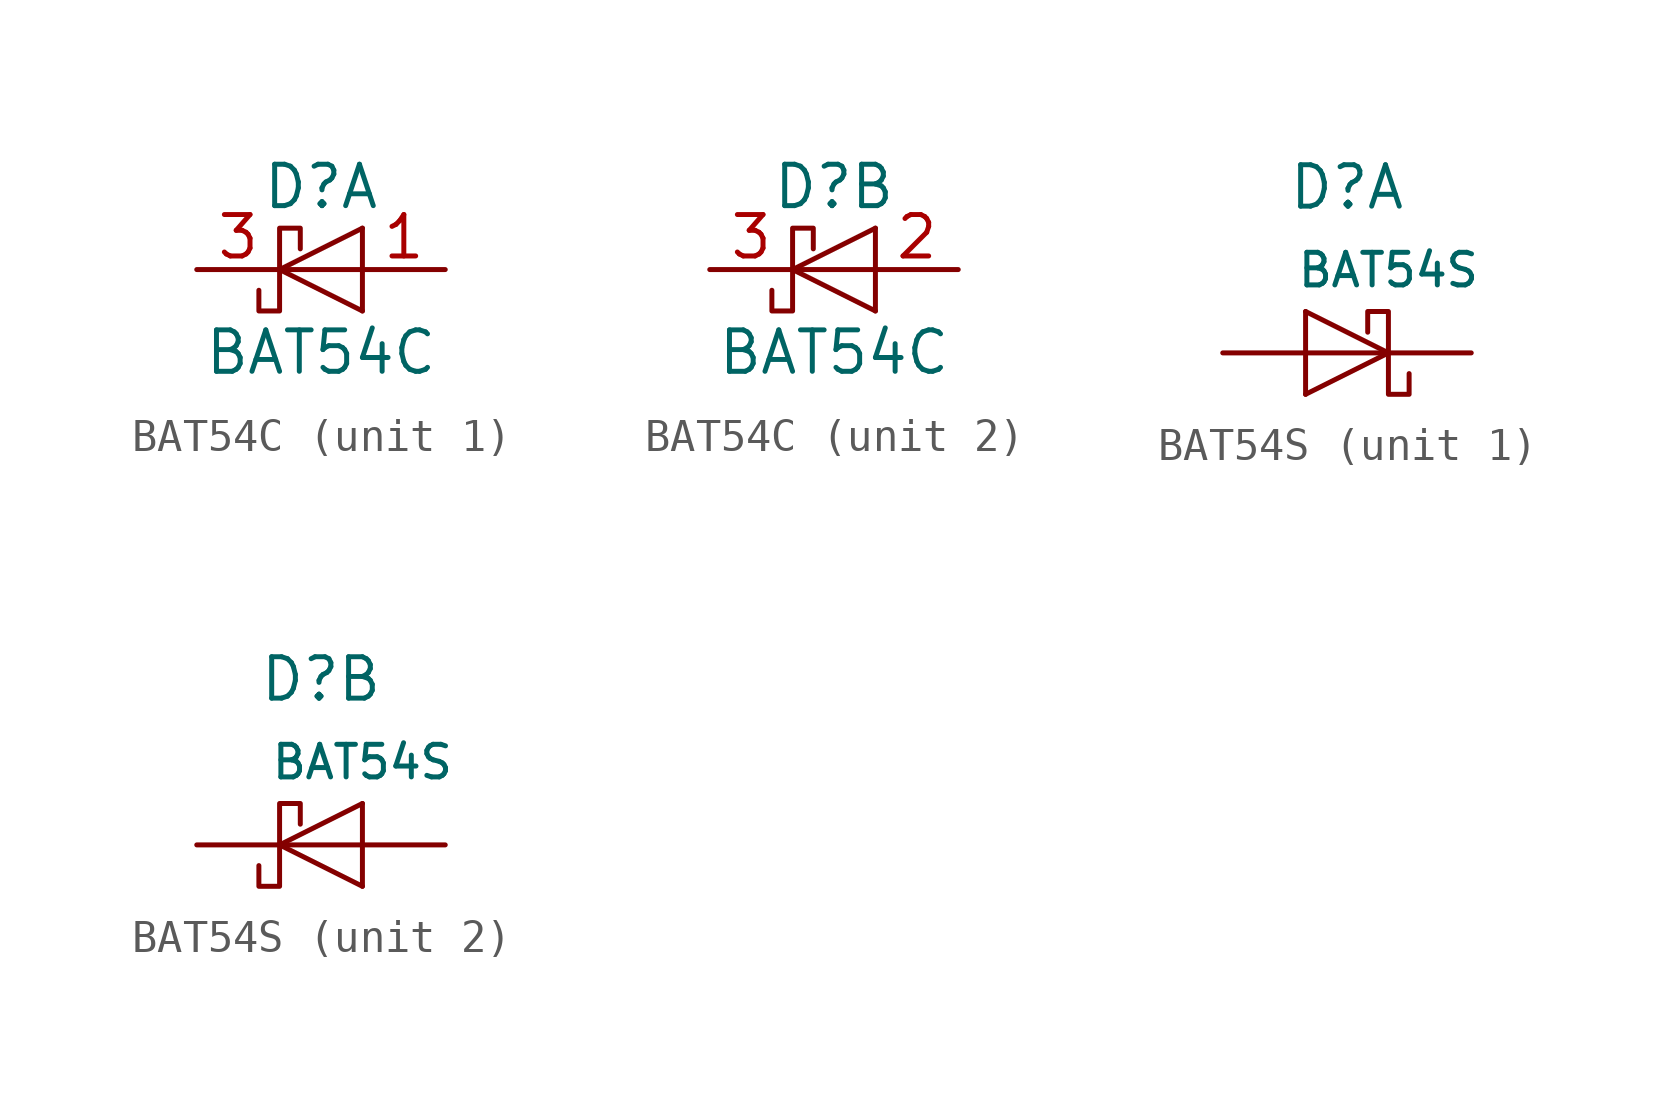
<source format=kicad_sym>
(kicad_symbol_lib
  (version 20220914)
  (generator kicad_symbol_editor)
  (symbol "BAT54C"
    (pin_names
      (offset 1.016) hide)
    (property "Reference" "D"
      (at 0 2.54 0)
      (effects (font (size 1.27 1.27))))
    (property "Value" "BAT54C"
      (at 0 -2.54 0)
      (effects (font (size 1.27 1.27))))
    (symbol "BAT54C_0_1"
      (polyline (pts (xy 1.27 -1.27) (xy 1.27 1.27)) (stroke (width 0) (type default)) (fill (type none)))
      (polyline (pts (xy 1.27 0) (xy -1.27 0)) (stroke (width 0) (type default)) (fill (type none)))
      (polyline (pts (xy 1.27 1.27) (xy -1.27 0) (xy 1.27 -1.27)) (stroke (width 0) (type default)) (fill (type none)))
      (polyline (pts (xy -0.635 0.635) (xy -0.635 1.27) (xy -1.27 1.27) (xy -1.27 -1.27) (xy -1.905 -1.27) (xy -1.905 -0.635)) (stroke (width 0) (type default)) (fill (type none))))
    (symbol "BAT54C_1_1"
      (pin passive line (at 3.81 0 180) (length 2.54) (name "A" (effects (font (size 1.27 1.27)))) (number "1" (effects (font (size 1.27 1.27)))))
      (pin passive line (at -3.81 0 0) (length 2.54) (name "K" (effects (font (size 1.27 1.27)))) (number "3" (effects (font (size 1.27 1.27))))))
    (symbol "BAT54C_2_1"
      (pin passive line (at 3.81 0 180) (length 2.54) (name "A" (effects (font (size 1.27 1.27)))) (number "2" (effects (font (size 1.27 1.27)))))
      (pin passive line (at -3.81 0 0) (length 2.54) (name "K" (effects (font (size 1.27 1.27)))) (number "3" (effects (font (size 1.27 1.27)))))))
  (symbol "BAT54S"
    (pin_numbers hide)
    (pin_names
      (offset 0) hide)
    (property "Reference" "D"
      (at -1.27 5.08 0)
      (effects (font (size 1.27 1.27))))
    (property "Value" "BAT54S"
      (at 0 2.54 0)
      (effects (font (size 1 1))))
    (symbol "BAT54S_0_1"
      (pin passive line (at 2.54 0 180) (length 2.54) (name "AC" (effects (font (size 1.27 1.27)))) (number "3" (effects (font (size 1.27 1.27))))))
    (symbol "BAT54S_1_1"
      (polyline (pts (xy -2.54 -1.27) (xy -2.54 1.27)) (stroke (width 0) (type default)) (fill (type none)))
      (polyline (pts (xy -2.54 0) (xy 0 0)) (stroke (width 0) (type default)) (fill (type none)))
      (polyline (pts (xy -2.54 1.27) (xy 0 0) (xy -2.54 -1.27)) (stroke (width 0) (type default)) (fill (type none)))
      (polyline (pts (xy -0.635 0.635) (xy -0.635 1.27) (xy 0 1.27) (xy 0 -1.27) (xy 0.635 -1.27) (xy 0.635 -0.635)) (stroke (width 0) (type default)) (fill (type none)))
      (pin passive line (at -5.08 0 0) (length 2.54) (name "C2" (effects (font (size 1.27 1.27)))) (number "1" (effects (font (size 1.27 1.27))))))
    (symbol "BAT54S_2_1"
      (polyline (pts (xy 0 -1.27) (xy 0 1.27)) (stroke (width 0) (type default)) (fill (type none)))
      (polyline (pts (xy 0 0) (xy -2.54 0)) (stroke (width 0) (type default)) (fill (type none)))
      (polyline (pts (xy 0 1.27) (xy -2.54 0) (xy 0 -1.27)) (stroke (width 0) (type default)) (fill (type none)))
      (polyline (pts (xy -1.905 0.635) (xy -1.905 1.27) (xy -2.54 1.27) (xy -2.54 -1.27) (xy -3.175 -1.27) (xy -3.175 -0.635)) (stroke (width 0) (type default)) (fill (type none)))
      (pin passive line (at -5.08 0 0) (length 2.54) (name "C2" (effects (font (size 1.27 1.27)))) (number "2" (effects (font (size 1.27 1.27))))))))
</source>
